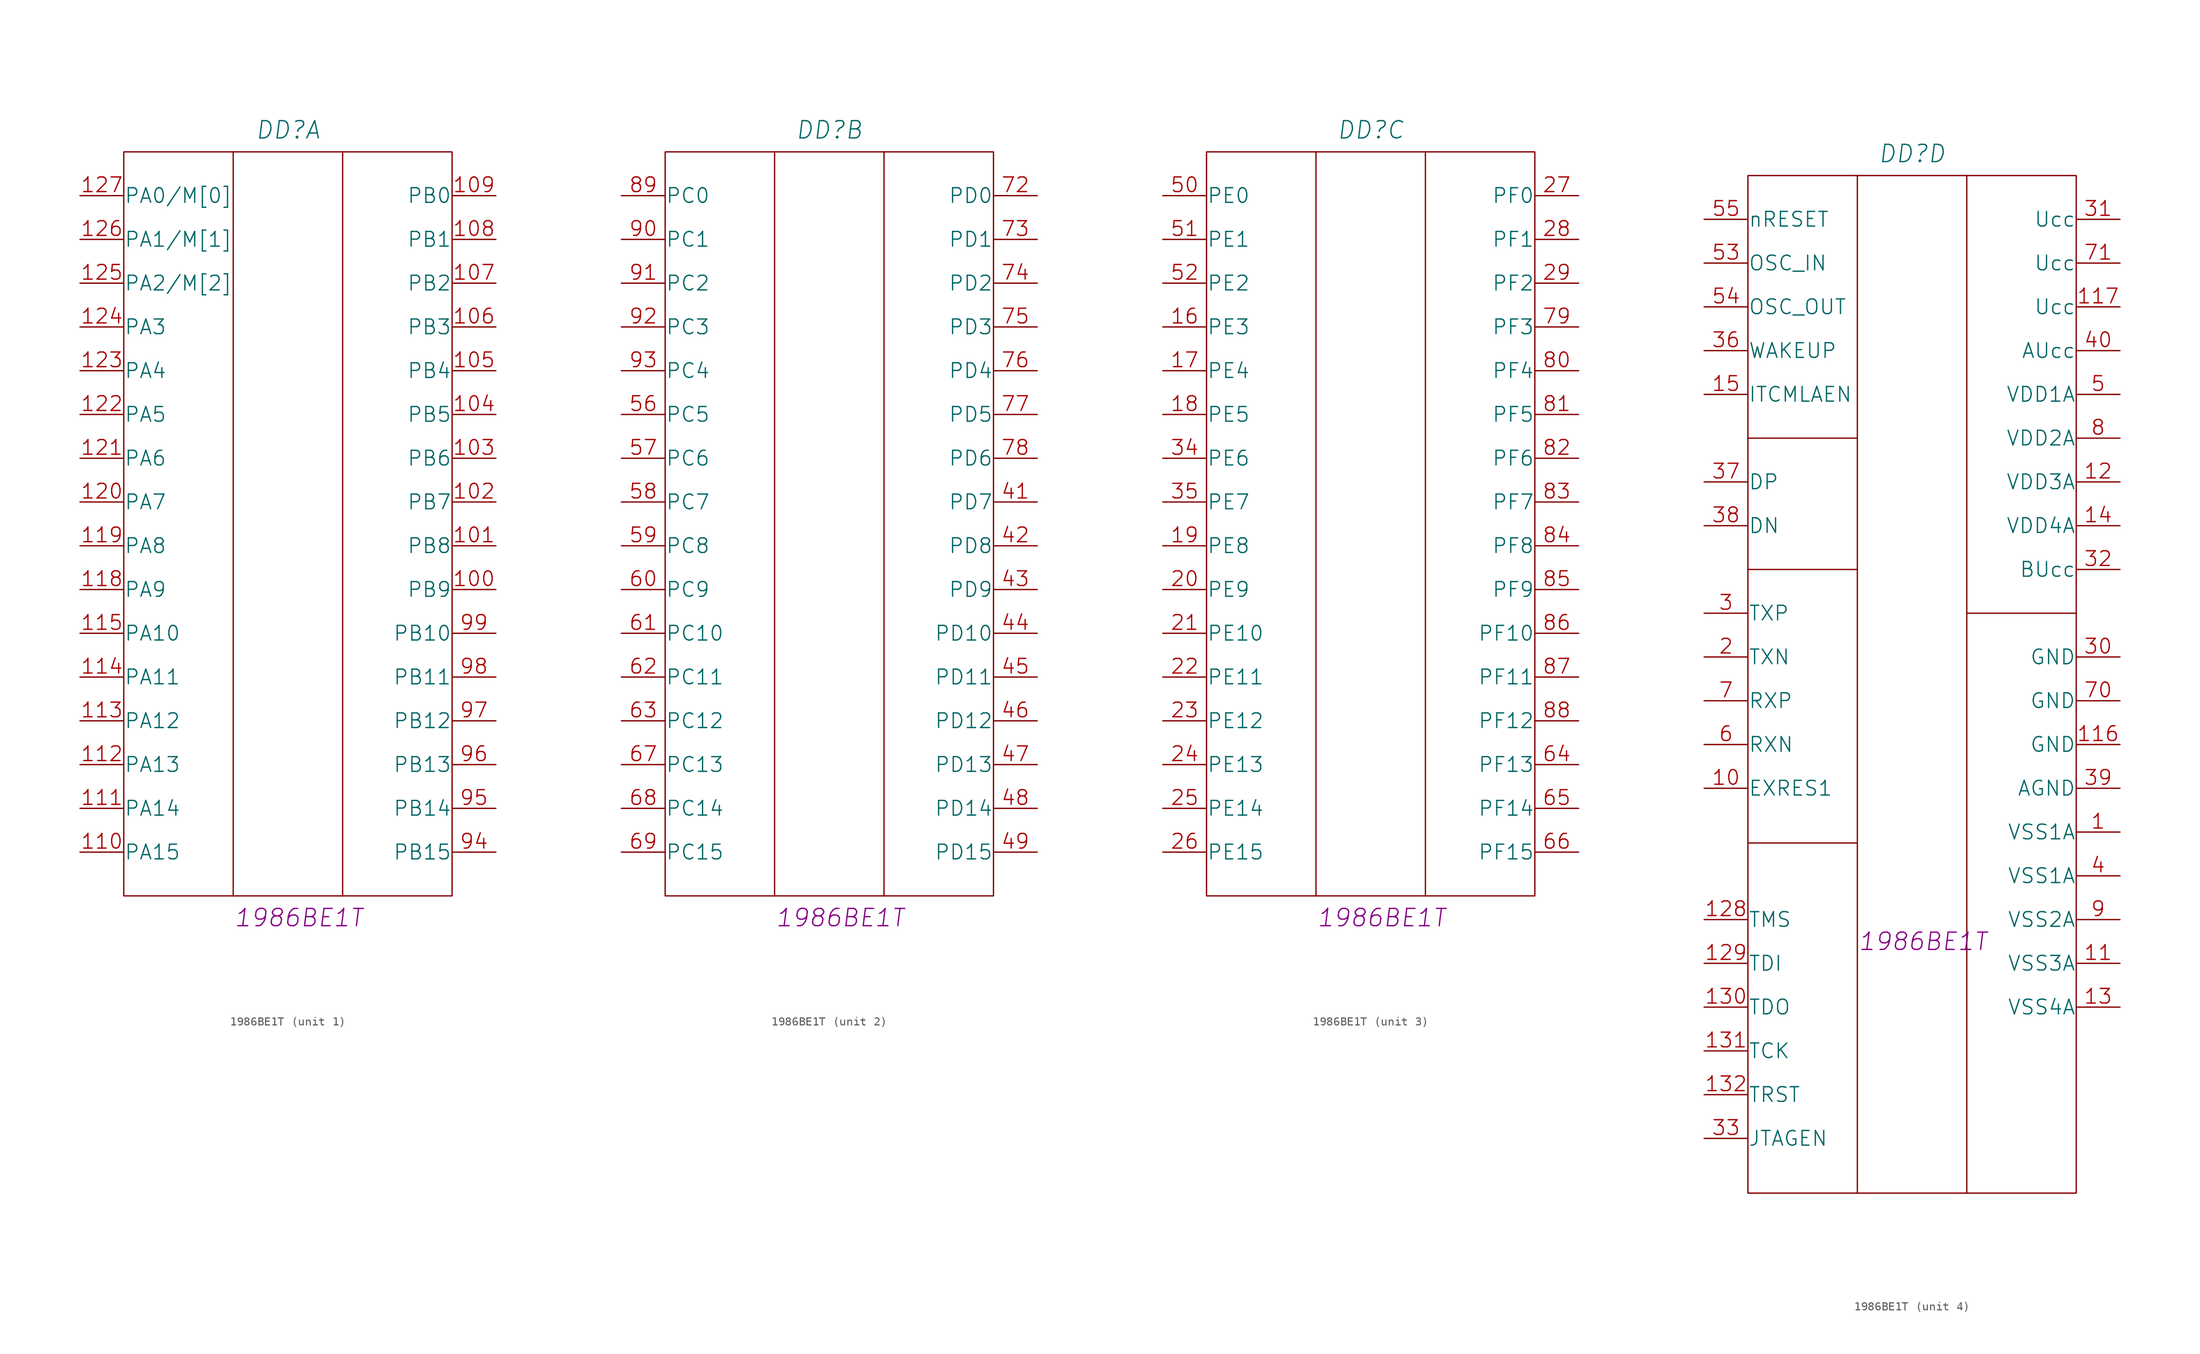
<source format=kicad_sym>
(kicad_symbol_lib
  (version 20201005)
  (generator kicad_symbol_editor)
  (symbol "power_modules:1986ВЕ1Т"
    (pin_names
      (offset 0.025))
    (property "Reference" "DD"
      (at 24.13 7.62 0)
      (effects (font (size 2.007 2.007) italic)))
    (property "ValueName" "1986ВЕ1Т"
      (at 25.4 -83.82 0)
      (effects (font (size 2.007 2.007) italic)))
    (property "ki_locked" ""
      (at 0 0 0)
      (effects (font (size 1.27 1.27))))
    (symbol "1986ВЕ1Т_1_1"
      (rectangle (start 5.08 -81.28) (end 43.18 5.08) (stroke (width 0)) (fill (type none)))
      (polyline (pts (xy 30.48 5.08) (xy 30.48 -81.28)) (stroke (width 0)) (fill (type none)))
      (polyline (pts (xy 17.78 5.08) (xy 17.78 -17.78) (xy 17.78 -74.93) (xy 17.78 -81.28)) (stroke (width 0)) (fill (type none)))
      (pin bidirectional line (at 48.26 -45.72 180) (length 5.08) (name "PB9" (effects (font (size 1.702 1.702)))) (number "100" (effects (font (size 1.702 1.702)))))
      (pin bidirectional line (at 48.26 -40.64 180) (length 5.08) (name "PB8" (effects (font (size 1.702 1.702)))) (number "101" (effects (font (size 1.702 1.702)))))
      (pin bidirectional line (at 48.26 -35.56 180) (length 5.08) (name "PB7" (effects (font (size 1.702 1.702)))) (number "102" (effects (font (size 1.702 1.702)))))
      (pin bidirectional line (at 48.26 -30.48 180) (length 5.08) (name "PB6" (effects (font (size 1.702 1.702)))) (number "103" (effects (font (size 1.702 1.702)))))
      (pin bidirectional line (at 48.26 -25.4 180) (length 5.08) (name "PB5" (effects (font (size 1.702 1.702)))) (number "104" (effects (font (size 1.702 1.702)))))
      (pin bidirectional line (at 48.26 -20.32 180) (length 5.08) (name "PB4" (effects (font (size 1.702 1.702)))) (number "105" (effects (font (size 1.702 1.702)))))
      (pin bidirectional line (at 48.26 -15.24 180) (length 5.08) (name "PB3" (effects (font (size 1.702 1.702)))) (number "106" (effects (font (size 1.702 1.702)))))
      (pin bidirectional line (at 48.26 -10.16 180) (length 5.08) (name "PB2" (effects (font (size 1.702 1.702)))) (number "107" (effects (font (size 1.702 1.702)))))
      (pin bidirectional line (at 48.26 -5.08 180) (length 5.08) (name "PB1" (effects (font (size 1.702 1.702)))) (number "108" (effects (font (size 1.702 1.702)))))
      (pin bidirectional line (at 48.26 0 180) (length 5.08) (name "PB0" (effects (font (size 1.702 1.702)))) (number "109" (effects (font (size 1.702 1.702)))))
      (pin bidirectional line (at 0 -76.2 0) (length 5.08) (name "PA15" (effects (font (size 1.702 1.702)))) (number "110" (effects (font (size 1.702 1.702)))))
      (pin bidirectional line (at 0 -71.12 0) (length 5.08) (name "PA14" (effects (font (size 1.702 1.702)))) (number "111" (effects (font (size 1.702 1.702)))))
      (pin bidirectional line (at 0 -66.04 0) (length 5.08) (name "PA13" (effects (font (size 1.702 1.702)))) (number "112" (effects (font (size 1.702 1.702)))))
      (pin bidirectional line (at 0 -60.96 0) (length 5.08) (name "PA12" (effects (font (size 1.702 1.702)))) (number "113" (effects (font (size 1.702 1.702)))))
      (pin bidirectional line (at 0 -55.88 0) (length 5.08) (name "PA11" (effects (font (size 1.702 1.702)))) (number "114" (effects (font (size 1.702 1.702)))))
      (pin bidirectional line (at 0 -50.8 0) (length 5.08) (name "PA10" (effects (font (size 1.702 1.702)))) (number "115" (effects (font (size 1.702 1.702)))))
      (pin bidirectional line (at 0 -45.72 0) (length 5.08) (name "PA9" (effects (font (size 1.702 1.702)))) (number "118" (effects (font (size 1.702 1.702)))))
      (pin bidirectional line (at 0 -40.64 0) (length 5.08) (name "PA8" (effects (font (size 1.702 1.702)))) (number "119" (effects (font (size 1.702 1.702)))))
      (pin bidirectional line (at 0 -35.56 0) (length 5.08) (name "PA7" (effects (font (size 1.702 1.702)))) (number "120" (effects (font (size 1.702 1.702)))))
      (pin bidirectional line (at 0 -30.48 0) (length 5.08) (name "PA6" (effects (font (size 1.702 1.702)))) (number "121" (effects (font (size 1.702 1.702)))))
      (pin bidirectional line (at 0 -25.4 0) (length 5.08) (name "PA5" (effects (font (size 1.702 1.702)))) (number "122" (effects (font (size 1.702 1.702)))))
      (pin bidirectional line (at 0 -20.32 0) (length 5.08) (name "PA4" (effects (font (size 1.702 1.702)))) (number "123" (effects (font (size 1.702 1.702)))))
      (pin bidirectional line (at 0 -15.24 0) (length 5.08) (name "PA3" (effects (font (size 1.702 1.702)))) (number "124" (effects (font (size 1.702 1.702)))))
      (pin bidirectional line (at 0 -10.16 0) (length 5.08) (name "PA2/M[2]" (effects (font (size 1.702 1.702)))) (number "125" (effects (font (size 1.702 1.702)))))
      (pin bidirectional line (at 0 -5.08 0) (length 5.08) (name "PA1/M[1]" (effects (font (size 1.702 1.702)))) (number "126" (effects (font (size 1.702 1.702)))))
      (pin bidirectional line (at 0 0 0) (length 5.08) (name "PA0/M[0]" (effects (font (size 1.702 1.702)))) (number "127" (effects (font (size 1.702 1.702)))))
      (pin bidirectional line (at 48.26 -76.2 180) (length 5.08) (name "PB15" (effects (font (size 1.702 1.702)))) (number "94" (effects (font (size 1.702 1.702)))))
      (pin bidirectional line (at 48.26 -71.12 180) (length 5.08) (name "PB14" (effects (font (size 1.702 1.702)))) (number "95" (effects (font (size 1.702 1.702)))))
      (pin bidirectional line (at 48.26 -66.04 180) (length 5.08) (name "PB13" (effects (font (size 1.702 1.702)))) (number "96" (effects (font (size 1.702 1.702)))))
      (pin bidirectional line (at 48.26 -60.96 180) (length 5.08) (name "PB12" (effects (font (size 1.702 1.702)))) (number "97" (effects (font (size 1.702 1.702)))))
      (pin bidirectional line (at 48.26 -55.88 180) (length 5.08) (name "PB11" (effects (font (size 1.702 1.702)))) (number "98" (effects (font (size 1.702 1.702)))))
      (pin bidirectional line (at 48.26 -50.8 180) (length 5.08) (name "PB10" (effects (font (size 1.702 1.702)))) (number "99" (effects (font (size 1.702 1.702))))))
    (symbol "1986ВЕ1Т_2_1"
      (rectangle (start 5.08 -81.28) (end 43.18 5.08) (stroke (width 0)) (fill (type none)))
      (polyline (pts (xy 30.48 5.08) (xy 30.48 -81.28)) (stroke (width 0)) (fill (type none)))
      (polyline (pts (xy 17.78 5.08) (xy 17.78 -74.93) (xy 17.78 -81.28)) (stroke (width 0)) (fill (type none)))
      (pin bidirectional line (at 48.26 -35.56 180) (length 5.08) (name "PD7" (effects (font (size 1.702 1.702)))) (number "41" (effects (font (size 1.702 1.702)))))
      (pin bidirectional line (at 48.26 -40.64 180) (length 5.08) (name "PD8" (effects (font (size 1.702 1.702)))) (number "42" (effects (font (size 1.702 1.702)))))
      (pin bidirectional line (at 48.26 -45.72 180) (length 5.08) (name "PD9" (effects (font (size 1.702 1.702)))) (number "43" (effects (font (size 1.702 1.702)))))
      (pin bidirectional line (at 48.26 -50.8 180) (length 5.08) (name "PD10" (effects (font (size 1.702 1.702)))) (number "44" (effects (font (size 1.702 1.702)))))
      (pin bidirectional line (at 48.26 -55.88 180) (length 5.08) (name "PD11" (effects (font (size 1.702 1.702)))) (number "45" (effects (font (size 1.702 1.702)))))
      (pin bidirectional line (at 48.26 -60.96 180) (length 5.08) (name "PD12" (effects (font (size 1.702 1.702)))) (number "46" (effects (font (size 1.702 1.702)))))
      (pin bidirectional line (at 48.26 -66.04 180) (length 5.08) (name "PD13" (effects (font (size 1.702 1.702)))) (number "47" (effects (font (size 1.702 1.702)))))
      (pin bidirectional line (at 48.26 -71.12 180) (length 5.08) (name "PD14" (effects (font (size 1.702 1.702)))) (number "48" (effects (font (size 1.702 1.702)))))
      (pin bidirectional line (at 48.26 -76.2 180) (length 5.08) (name "PD15" (effects (font (size 1.702 1.702)))) (number "49" (effects (font (size 1.702 1.702)))))
      (pin bidirectional line (at 0 -25.4 0) (length 5.08) (name "PC5" (effects (font (size 1.702 1.702)))) (number "56" (effects (font (size 1.702 1.702)))))
      (pin bidirectional line (at 0 -30.48 0) (length 5.08) (name "PC6" (effects (font (size 1.702 1.702)))) (number "57" (effects (font (size 1.702 1.702)))))
      (pin bidirectional line (at 0 -35.56 0) (length 5.08) (name "PC7" (effects (font (size 1.702 1.702)))) (number "58" (effects (font (size 1.702 1.702)))))
      (pin bidirectional line (at 0 -40.64 0) (length 5.08) (name "PC8" (effects (font (size 1.702 1.702)))) (number "59" (effects (font (size 1.702 1.702)))))
      (pin bidirectional line (at 0 -45.72 0) (length 5.08) (name "PC9" (effects (font (size 1.702 1.702)))) (number "60" (effects (font (size 1.702 1.702)))))
      (pin bidirectional line (at 0 -50.8 0) (length 5.08) (name "PC10" (effects (font (size 1.702 1.702)))) (number "61" (effects (font (size 1.702 1.702)))))
      (pin bidirectional line (at 0 -55.88 0) (length 5.08) (name "PC11" (effects (font (size 1.702 1.702)))) (number "62" (effects (font (size 1.702 1.702)))))
      (pin bidirectional line (at 0 -60.96 0) (length 5.08) (name "PC12" (effects (font (size 1.702 1.702)))) (number "63" (effects (font (size 1.702 1.702)))))
      (pin bidirectional line (at 0 -66.04 0) (length 5.08) (name "PC13" (effects (font (size 1.702 1.702)))) (number "67" (effects (font (size 1.702 1.702)))))
      (pin bidirectional line (at 0 -71.12 0) (length 5.08) (name "PC14" (effects (font (size 1.702 1.702)))) (number "68" (effects (font (size 1.702 1.702)))))
      (pin bidirectional line (at 0 -76.2 0) (length 5.08) (name "PC15" (effects (font (size 1.702 1.702)))) (number "69" (effects (font (size 1.702 1.702)))))
      (pin bidirectional line (at 48.26 0 180) (length 5.08) (name "PD0" (effects (font (size 1.702 1.702)))) (number "72" (effects (font (size 1.702 1.702)))))
      (pin bidirectional line (at 48.26 -5.08 180) (length 5.08) (name "PD1" (effects (font (size 1.702 1.702)))) (number "73" (effects (font (size 1.702 1.702)))))
      (pin bidirectional line (at 48.26 -10.16 180) (length 5.08) (name "PD2" (effects (font (size 1.702 1.702)))) (number "74" (effects (font (size 1.702 1.702)))))
      (pin bidirectional line (at 48.26 -15.24 180) (length 5.08) (name "PD3" (effects (font (size 1.702 1.702)))) (number "75" (effects (font (size 1.702 1.702)))))
      (pin bidirectional line (at 48.26 -20.32 180) (length 5.08) (name "PD4" (effects (font (size 1.702 1.702)))) (number "76" (effects (font (size 1.702 1.702)))))
      (pin bidirectional line (at 48.26 -25.4 180) (length 5.08) (name "PD5" (effects (font (size 1.702 1.702)))) (number "77" (effects (font (size 1.702 1.702)))))
      (pin bidirectional line (at 48.26 -30.48 180) (length 5.08) (name "PD6" (effects (font (size 1.702 1.702)))) (number "78" (effects (font (size 1.702 1.702)))))
      (pin bidirectional line (at 0 0 0) (length 5.08) (name "PC0" (effects (font (size 1.702 1.702)))) (number "89" (effects (font (size 1.702 1.702)))))
      (pin bidirectional line (at 0 -5.08 0) (length 5.08) (name "PC1" (effects (font (size 1.702 1.702)))) (number "90" (effects (font (size 1.702 1.702)))))
      (pin bidirectional line (at 0 -10.16 0) (length 5.08) (name "PC2" (effects (font (size 1.702 1.702)))) (number "91" (effects (font (size 1.702 1.702)))))
      (pin bidirectional line (at 0 -15.24 0) (length 5.08) (name "PC3" (effects (font (size 1.702 1.702)))) (number "92" (effects (font (size 1.702 1.702)))))
      (pin bidirectional line (at 0 -20.32 0) (length 5.08) (name "PC4" (effects (font (size 1.702 1.702)))) (number "93" (effects (font (size 1.702 1.702))))))
    (symbol "1986ВЕ1Т_3_1"
      (rectangle (start 5.08 -81.28) (end 43.18 5.08) (stroke (width 0)) (fill (type none)))
      (polyline (pts (xy 30.48 5.08) (xy 30.48 -81.28)) (stroke (width 0)) (fill (type none)))
      (polyline (pts (xy 17.78 5.08) (xy 17.78 -55.88) (xy 17.78 -81.28)) (stroke (width 0)) (fill (type none)))
      (pin bidirectional line (at 0 -15.24 0) (length 5.08) (name "PE3" (effects (font (size 1.702 1.702)))) (number "16" (effects (font (size 1.702 1.702)))))
      (pin bidirectional line (at 0 -20.32 0) (length 5.08) (name "PE4" (effects (font (size 1.702 1.702)))) (number "17" (effects (font (size 1.702 1.702)))))
      (pin bidirectional line (at 0 -25.4 0) (length 5.08) (name "PE5" (effects (font (size 1.702 1.702)))) (number "18" (effects (font (size 1.702 1.702)))))
      (pin bidirectional line (at 0 -40.64 0) (length 5.08) (name "PE8" (effects (font (size 1.702 1.702)))) (number "19" (effects (font (size 1.702 1.702)))))
      (pin bidirectional line (at 0 -45.72 0) (length 5.08) (name "PE9" (effects (font (size 1.702 1.702)))) (number "20" (effects (font (size 1.702 1.702)))))
      (pin bidirectional line (at 0 -50.8 0) (length 5.08) (name "PE10" (effects (font (size 1.702 1.702)))) (number "21" (effects (font (size 1.702 1.702)))))
      (pin bidirectional line (at 0 -55.88 0) (length 5.08) (name "PE11" (effects (font (size 1.702 1.702)))) (number "22" (effects (font (size 1.702 1.702)))))
      (pin bidirectional line (at 0 -60.96 0) (length 5.08) (name "PE12" (effects (font (size 1.702 1.702)))) (number "23" (effects (font (size 1.702 1.702)))))
      (pin bidirectional line (at 0 -66.04 0) (length 5.08) (name "PE13" (effects (font (size 1.702 1.702)))) (number "24" (effects (font (size 1.702 1.702)))))
      (pin bidirectional line (at 0 -71.12 0) (length 5.08) (name "PE14" (effects (font (size 1.702 1.702)))) (number "25" (effects (font (size 1.702 1.702)))))
      (pin bidirectional line (at 0 -76.2 0) (length 5.08) (name "PE15" (effects (font (size 1.702 1.702)))) (number "26" (effects (font (size 1.702 1.702)))))
      (pin bidirectional line (at 48.26 0 180) (length 5.08) (name "PF0" (effects (font (size 1.702 1.702)))) (number "27" (effects (font (size 1.702 1.702)))))
      (pin bidirectional line (at 48.26 -5.08 180) (length 5.08) (name "PF1" (effects (font (size 1.702 1.702)))) (number "28" (effects (font (size 1.702 1.702)))))
      (pin bidirectional line (at 48.26 -10.16 180) (length 5.08) (name "PF2" (effects (font (size 1.702 1.702)))) (number "29" (effects (font (size 1.702 1.702)))))
      (pin bidirectional line (at 0 -30.48 0) (length 5.08) (name "PE6" (effects (font (size 1.702 1.702)))) (number "34" (effects (font (size 1.702 1.702)))))
      (pin bidirectional line (at 0 -35.56 0) (length 5.08) (name "PE7" (effects (font (size 1.702 1.702)))) (number "35" (effects (font (size 1.702 1.702)))))
      (pin bidirectional line (at 0 0 0) (length 5.08) (name "PE0" (effects (font (size 1.702 1.702)))) (number "50" (effects (font (size 1.702 1.702)))))
      (pin bidirectional line (at 0 -5.08 0) (length 5.08) (name "PE1" (effects (font (size 1.702 1.702)))) (number "51" (effects (font (size 1.702 1.702)))))
      (pin bidirectional line (at 0 -10.16 0) (length 5.08) (name "PE2" (effects (font (size 1.702 1.702)))) (number "52" (effects (font (size 1.702 1.702)))))
      (pin bidirectional line (at 48.26 -66.04 180) (length 5.08) (name "PF13" (effects (font (size 1.702 1.702)))) (number "64" (effects (font (size 1.702 1.702)))))
      (pin bidirectional line (at 48.26 -71.12 180) (length 5.08) (name "PF14" (effects (font (size 1.702 1.702)))) (number "65" (effects (font (size 1.702 1.702)))))
      (pin bidirectional line (at 48.26 -76.2 180) (length 5.08) (name "PF15" (effects (font (size 1.702 1.702)))) (number "66" (effects (font (size 1.702 1.702)))))
      (pin bidirectional line (at 48.26 -15.24 180) (length 5.08) (name "PF3" (effects (font (size 1.702 1.702)))) (number "79" (effects (font (size 1.702 1.702)))))
      (pin bidirectional line (at 48.26 -20.32 180) (length 5.08) (name "PF4" (effects (font (size 1.702 1.702)))) (number "80" (effects (font (size 1.702 1.702)))))
      (pin bidirectional line (at 48.26 -25.4 180) (length 5.08) (name "PF5" (effects (font (size 1.702 1.702)))) (number "81" (effects (font (size 1.702 1.702)))))
      (pin bidirectional line (at 48.26 -30.48 180) (length 5.08) (name "PF6" (effects (font (size 1.702 1.702)))) (number "82" (effects (font (size 1.702 1.702)))))
      (pin bidirectional line (at 48.26 -35.56 180) (length 5.08) (name "PF7" (effects (font (size 1.702 1.702)))) (number "83" (effects (font (size 1.702 1.702)))))
      (pin bidirectional line (at 48.26 -40.64 180) (length 5.08) (name "PF8" (effects (font (size 1.702 1.702)))) (number "84" (effects (font (size 1.702 1.702)))))
      (pin bidirectional line (at 48.26 -45.72 180) (length 5.08) (name "PF9" (effects (font (size 1.702 1.702)))) (number "85" (effects (font (size 1.702 1.702)))))
      (pin bidirectional line (at 48.26 -50.8 180) (length 5.08) (name "PF10" (effects (font (size 1.702 1.702)))) (number "86" (effects (font (size 1.702 1.702)))))
      (pin bidirectional line (at 48.26 -55.88 180) (length 5.08) (name "PF11" (effects (font (size 1.702 1.702)))) (number "87" (effects (font (size 1.702 1.702)))))
      (pin bidirectional line (at 48.26 -60.96 180) (length 5.08) (name "PF12" (effects (font (size 1.702 1.702)))) (number "88" (effects (font (size 1.702 1.702))))))
    (symbol "1986ВЕ1Т_4_1"
      (rectangle (start 5.08 -113.03) (end 43.18 5.08) (stroke (width 0)) (fill (type none)))
      (polyline (pts (xy 5.08 -72.39) (xy 17.78 -72.39)) (stroke (width 0)) (fill (type none)))
      (polyline (pts (xy 5.08 -40.64) (xy 17.78 -40.64)) (stroke (width 0)) (fill (type none)))
      (polyline (pts (xy 5.08 -25.4) (xy 17.78 -25.4)) (stroke (width 0)) (fill (type none)))
      (polyline (pts (xy 30.48 -45.72) (xy 43.18 -45.72)) (stroke (width 0)) (fill (type none)))
      (polyline (pts (xy 30.48 5.08) (xy 30.48 -113.03)) (stroke (width 0)) (fill (type none)))
      (polyline (pts (xy 17.78 5.08) (xy 17.78 -67.31) (xy 17.78 -113.03)) (stroke (width 0)) (fill (type none)))
      (pin power_in line (at 48.26 -71.12 180) (length 5.08) (name "VSS1A" (effects (font (size 1.702 1.702)))) (number "1" (effects (font (size 1.702 1.702)))))
      (pin bidirectional line (at 0 -66.04 0) (length 5.08) (name "EXRES1" (effects (font (size 1.702 1.702)))) (number "10" (effects (font (size 1.702 1.702)))))
      (pin power_in line (at 48.26 -86.36 180) (length 5.08) (name "VSS3A" (effects (font (size 1.702 1.702)))) (number "11" (effects (font (size 1.702 1.702)))))
      (pin power_in line (at 48.26 -60.96 180) (length 5.08) (name "GND" (effects (font (size 1.702 1.702)))) (number "116" (effects (font (size 1.702 1.702)))))
      (pin power_in line (at 48.26 -10.16 180) (length 5.08) (name "Ucc" (effects (font (size 1.702 1.702)))) (number "117" (effects (font (size 1.702 1.702)))))
      (pin power_in line (at 48.26 -30.48 180) (length 5.08) (name "VDD3A" (effects (font (size 1.702 1.702)))) (number "12" (effects (font (size 1.702 1.702)))))
      (pin bidirectional line (at 0 -81.28 0) (length 5.08) (name "TMS" (effects (font (size 1.702 1.702)))) (number "128" (effects (font (size 1.702 1.702)))))
      (pin bidirectional line (at 0 -86.36 0) (length 5.08) (name "TDI" (effects (font (size 1.702 1.702)))) (number "129" (effects (font (size 1.702 1.702)))))
      (pin power_out line (at 48.26 -91.44 180) (length 5.08) (name "VSS4A" (effects (font (size 1.702 1.702)))) (number "13" (effects (font (size 1.702 1.702)))))
      (pin bidirectional line (at 0 -91.44 0) (length 5.08) (name "TDO" (effects (font (size 1.702 1.702)))) (number "130" (effects (font (size 1.702 1.702)))))
      (pin bidirectional line (at 0 -96.52 0) (length 5.08) (name "TCK" (effects (font (size 1.702 1.702)))) (number "131" (effects (font (size 1.702 1.702)))))
      (pin bidirectional line (at 0 -101.6 0) (length 5.08) (name "TRST" (effects (font (size 1.702 1.702)))) (number "132" (effects (font (size 1.702 1.702)))))
      (pin power_in line (at 48.26 -35.56 180) (length 5.08) (name "VDD4A" (effects (font (size 1.702 1.702)))) (number "14" (effects (font (size 1.702 1.702)))))
      (pin bidirectional line (at 0 -20.32 0) (length 5.08) (name "ITCMLAEN" (effects (font (size 1.702 1.702)))) (number "15" (effects (font (size 1.702 1.702)))))
      (pin bidirectional line (at 0 -50.8 0) (length 5.08) (name "TXN" (effects (font (size 1.702 1.702)))) (number "2" (effects (font (size 1.702 1.702)))))
      (pin bidirectional line (at 0 -45.72 0) (length 5.08) (name "TXP" (effects (font (size 1.702 1.702)))) (number "3" (effects (font (size 1.702 1.702)))))
      (pin power_in line (at 48.26 -50.8 180) (length 5.08) (name "GND" (effects (font (size 1.702 1.702)))) (number "30" (effects (font (size 1.702 1.702)))))
      (pin power_in line (at 48.26 0 180) (length 5.08) (name "Ucc" (effects (font (size 1.702 1.702)))) (number "31" (effects (font (size 1.702 1.702)))))
      (pin power_in line (at 48.26 -40.64 180) (length 5.08) (name "BUcc" (effects (font (size 1.702 1.702)))) (number "32" (effects (font (size 1.702 1.702)))))
      (pin bidirectional line (at 0 -106.68 0) (length 5.08) (name "JTAGEN" (effects (font (size 1.702 1.702)))) (number "33" (effects (font (size 1.702 1.702)))))
      (pin bidirectional line (at 0 -15.24 0) (length 5.08) (name "WAKEUP" (effects (font (size 1.702 1.702)))) (number "36" (effects (font (size 1.702 1.702)))))
      (pin bidirectional line (at 0 -30.48 0) (length 5.08) (name "DP" (effects (font (size 1.702 1.702)))) (number "37" (effects (font (size 1.702 1.702)))))
      (pin bidirectional line (at 0 -35.56 0) (length 5.08) (name "DN" (effects (font (size 1.702 1.702)))) (number "38" (effects (font (size 1.702 1.702)))))
      (pin power_in line (at 48.26 -66.04 180) (length 5.08) (name "AGND" (effects (font (size 1.702 1.702)))) (number "39" (effects (font (size 1.702 1.702)))))
      (pin power_in line (at 48.26 -76.2 180) (length 5.08) (name "VSS1A" (effects (font (size 1.702 1.702)))) (number "4" (effects (font (size 1.702 1.702)))))
      (pin power_in line (at 48.26 -15.24 180) (length 5.08) (name "AUcc" (effects (font (size 1.702 1.702)))) (number "40" (effects (font (size 1.702 1.702)))))
      (pin power_in line (at 48.26 -20.32 180) (length 5.08) (name "VDD1A" (effects (font (size 1.702 1.702)))) (number "5" (effects (font (size 1.702 1.702)))))
      (pin bidirectional line (at 0 -5.08 0) (length 5.08) (name "OSC_IN" (effects (font (size 1.702 1.702)))) (number "53" (effects (font (size 1.702 1.702)))))
      (pin bidirectional line (at 0 -10.16 0) (length 5.08) (name "OSC_OUT" (effects (font (size 1.702 1.702)))) (number "54" (effects (font (size 1.702 1.702)))))
      (pin bidirectional line (at 0 0 0) (length 5.08) (name "nRESET" (effects (font (size 1.702 1.702)))) (number "55" (effects (font (size 1.702 1.702)))))
      (pin bidirectional line (at 0 -60.96 0) (length 5.08) (name "RXN" (effects (font (size 1.702 1.702)))) (number "6" (effects (font (size 1.702 1.702)))))
      (pin bidirectional line (at 0 -55.88 0) (length 5.08) (name "RXP" (effects (font (size 1.702 1.702)))) (number "7" (effects (font (size 1.702 1.702)))))
      (pin power_in line (at 48.26 -55.88 180) (length 5.08) (name "GND" (effects (font (size 1.702 1.702)))) (number "70" (effects (font (size 1.702 1.702)))))
      (pin power_in line (at 48.26 -5.08 180) (length 5.08) (name "Ucc" (effects (font (size 1.702 1.702)))) (number "71" (effects (font (size 1.702 1.702)))))
      (pin power_in line (at 48.26 -25.4 180) (length 5.08) (name "VDD2A" (effects (font (size 1.702 1.702)))) (number "8" (effects (font (size 1.702 1.702)))))
      (pin power_in line (at 48.26 -81.28 180) (length 5.08) (name "VSS2A" (effects (font (size 1.702 1.702)))) (number "9" (effects (font (size 1.702 1.702))))))))
</source>
